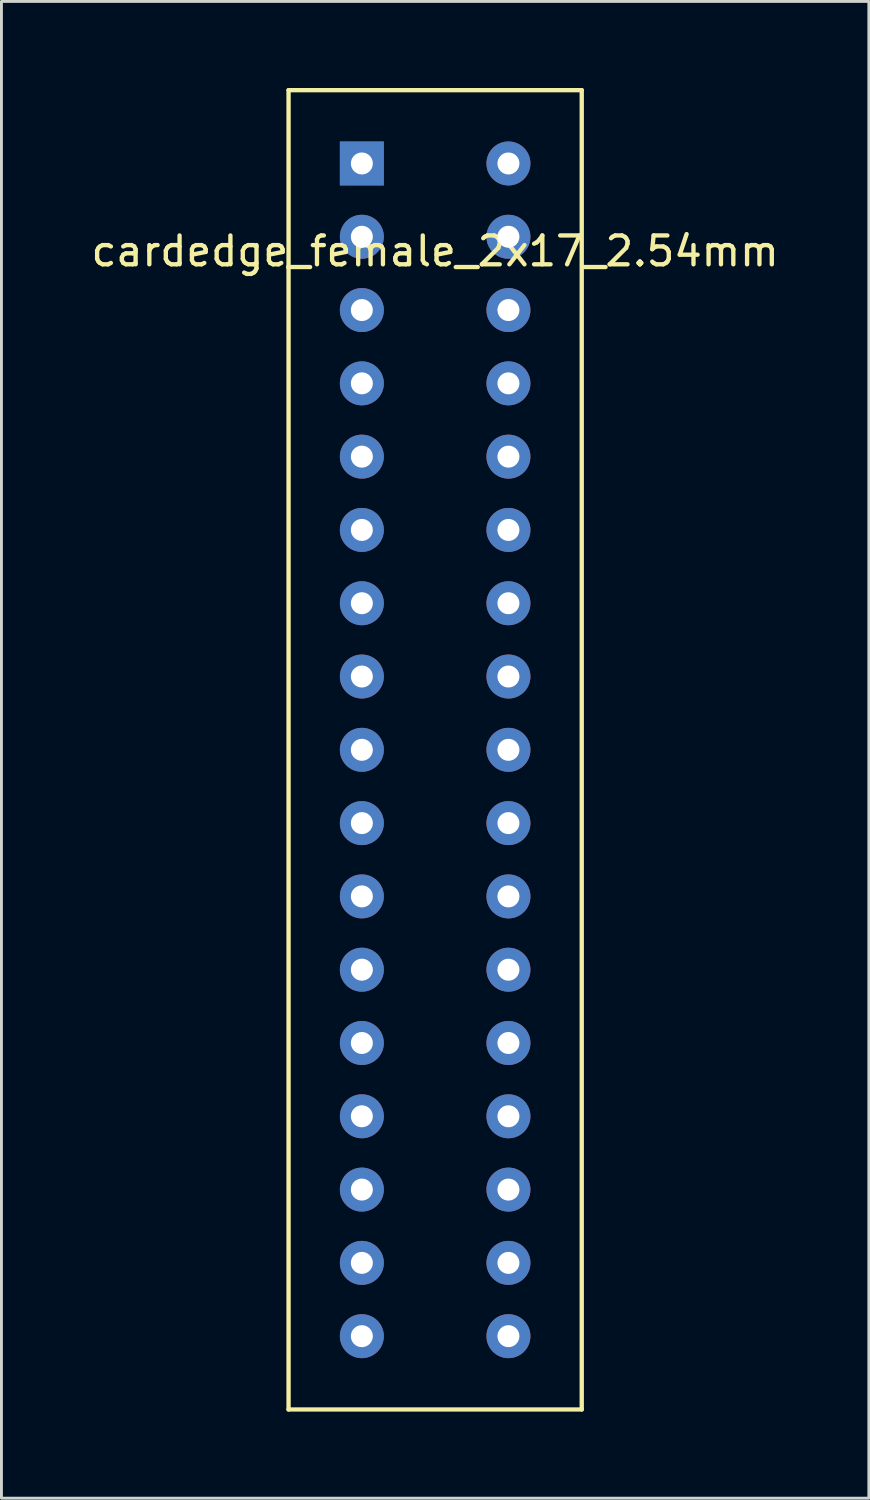
<source format=kicad_pcb>
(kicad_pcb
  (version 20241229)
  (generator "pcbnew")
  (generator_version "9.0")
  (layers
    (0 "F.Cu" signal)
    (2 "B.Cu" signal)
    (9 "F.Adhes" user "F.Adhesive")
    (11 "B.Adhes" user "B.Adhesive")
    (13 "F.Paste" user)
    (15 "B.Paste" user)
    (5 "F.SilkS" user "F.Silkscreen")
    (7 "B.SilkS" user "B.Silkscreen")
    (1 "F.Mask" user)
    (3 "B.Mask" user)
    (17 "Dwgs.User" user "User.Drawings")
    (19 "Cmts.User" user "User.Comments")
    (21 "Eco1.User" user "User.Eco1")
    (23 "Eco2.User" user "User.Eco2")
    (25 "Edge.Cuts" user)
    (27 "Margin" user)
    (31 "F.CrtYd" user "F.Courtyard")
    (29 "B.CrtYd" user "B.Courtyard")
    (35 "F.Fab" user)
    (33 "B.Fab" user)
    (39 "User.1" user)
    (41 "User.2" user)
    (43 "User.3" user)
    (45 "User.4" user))
  (footprint "cardedge_female_2x17_2.54mm"
    (layer "F.Cu")
    (at 12.03 22.935)
    (property "Reference" "cardedge_female_2x17_2.54mm" (at 0 -17.28 0) (layer "F.SilkS") (effects (font (size 1 1) (thickness 0.15))))
    (attr through_hole)
    (fp_line (start -5.08 -22.86) (end 5.08 -22.86) (stroke (width 0.15) (type solid)) (layer "F.SilkS"))
    (fp_line (start -5.08 22.86) (end -5.08 -22.86) (stroke (width 0.15) (type solid)) (layer "F.SilkS"))
    (fp_line (start 5.08 -22.86) (end 5.08 22.86) (stroke (width 0.15) (type solid)) (layer "F.SilkS"))
    (fp_line (start 5.08 22.86) (end -5.08 22.86) (stroke (width 0.15) (type solid)) (layer "F.SilkS"))
    (pad "1" thru_hole rect (at -2.54 -20.32) (size 1.524 1.524) (drill 0.762) (layers "*.Cu" "*.Mask"))
    (pad "2" thru_hole circle (at 2.54 -20.32) (size 1.524 1.524) (drill 0.762) (layers "*.Cu" "*.Mask"))
    (pad "3" thru_hole circle (at -2.54 -17.78) (size 1.524 1.524) (drill 0.762) (layers "*.Cu" "*.Mask"))
    (pad "4" thru_hole circle (at 2.54 -17.78) (size 1.524 1.524) (drill 0.762) (layers "*.Cu" "*.Mask"))
    (pad "5" thru_hole circle (at -2.54 -15.24) (size 1.524 1.524) (drill 0.762) (layers "*.Cu" "*.Mask"))
    (pad "6" thru_hole circle (at 2.54 -15.24) (size 1.524 1.524) (drill 0.762) (layers "*.Cu" "*.Mask"))
    (pad "7" thru_hole circle (at -2.54 -12.7) (size 1.524 1.524) (drill 0.762) (layers "*.Cu" "*.Mask"))
    (pad "8" thru_hole circle (at 2.54 -12.7) (size 1.524 1.524) (drill 0.762) (layers "*.Cu" "*.Mask"))
    (pad "9" thru_hole circle (at -2.54 -10.16) (size 1.524 1.524) (drill 0.762) (layers "*.Cu" "*.Mask"))
    (pad "10" thru_hole circle (at 2.54 -10.16) (size 1.524 1.524) (drill 0.762) (layers "*.Cu" "*.Mask"))
    (pad "11" thru_hole circle (at -2.54 -7.62) (size 1.524 1.524) (drill 0.762) (layers "*.Cu" "*.Mask"))
    (pad "12" thru_hole circle (at 2.54 -7.62) (size 1.524 1.524) (drill 0.762) (layers "*.Cu" "*.Mask"))
    (pad "13" thru_hole circle (at -2.54 -5.08) (size 1.524 1.524) (drill 0.762) (layers "*.Cu" "*.Mask"))
    (pad "14" thru_hole circle (at 2.54 -5.08) (size 1.524 1.524) (drill 0.762) (layers "*.Cu" "*.Mask"))
    (pad "15" thru_hole circle (at -2.54 -2.54) (size 1.524 1.524) (drill 0.762) (layers "*.Cu" "*.Mask"))
    (pad "16" thru_hole circle (at 2.54 -2.54) (size 1.524 1.524) (drill 0.762) (layers "*.Cu" "*.Mask"))
    (pad "17" thru_hole circle (at -2.54 0) (size 1.524 1.524) (drill 0.762) (layers "*.Cu" "*.Mask"))
    (pad "18" thru_hole circle (at 2.54 0) (size 1.524 1.524) (drill 0.762) (layers "*.Cu" "*.Mask"))
    (pad "19" thru_hole circle (at -2.54 2.54) (size 1.524 1.524) (drill 0.762) (layers "*.Cu" "*.Mask"))
    (pad "20" thru_hole circle (at 2.54 2.54) (size 1.524 1.524) (drill 0.762) (layers "*.Cu" "*.Mask"))
    (pad "21" thru_hole circle (at -2.54 5.08) (size 1.524 1.524) (drill 0.762) (layers "*.Cu" "*.Mask"))
    (pad "22" thru_hole circle (at 2.54 5.08) (size 1.524 1.524) (drill 0.762) (layers "*.Cu" "*.Mask"))
    (pad "23" thru_hole circle (at -2.54 7.62) (size 1.524 1.524) (drill 0.762) (layers "*.Cu" "*.Mask"))
    (pad "24" thru_hole circle (at 2.54 7.62) (size 1.524 1.524) (drill 0.762) (layers "*.Cu" "*.Mask"))
    (pad "25" thru_hole circle (at -2.54 10.16) (size 1.524 1.524) (drill 0.762) (layers "*.Cu" "*.Mask"))
    (pad "26" thru_hole circle (at 2.54 10.16) (size 1.524 1.524) (drill 0.762) (layers "*.Cu" "*.Mask"))
    (pad "27" thru_hole circle (at -2.54 12.7) (size 1.524 1.524) (drill 0.762) (layers "*.Cu" "*.Mask"))
    (pad "28" thru_hole circle (at 2.54 12.7) (size 1.524 1.524) (drill 0.762) (layers "*.Cu" "*.Mask"))
    (pad "29" thru_hole circle (at -2.54 15.24) (size 1.524 1.524) (drill 0.762) (layers "*.Cu" "*.Mask"))
    (pad "30" thru_hole circle (at 2.54 15.24) (size 1.524 1.524) (drill 0.762) (layers "*.Cu" "*.Mask"))
    (pad "31" thru_hole circle (at -2.54 17.78) (size 1.524 1.524) (drill 0.762) (layers "*.Cu" "*.Mask"))
    (pad "32" thru_hole circle (at 2.54 17.78) (size 1.524 1.524) (drill 0.762) (layers "*.Cu" "*.Mask"))
    (pad "33" thru_hole circle (at -2.54 20.32) (size 1.524 1.524) (drill 0.762) (layers "*.Cu" "*.Mask"))
    (pad "34" thru_hole circle (at 2.54 20.32) (size 1.524 1.524) (drill 0.762) (layers "*.Cu" "*.Mask")))
  (gr_rect
    (start -3 -3)
    (end 27.06 48.87)
    (stroke (width 0.1) (type default))
    (fill no)
    (layer "Edge.Cuts")))
</source>
